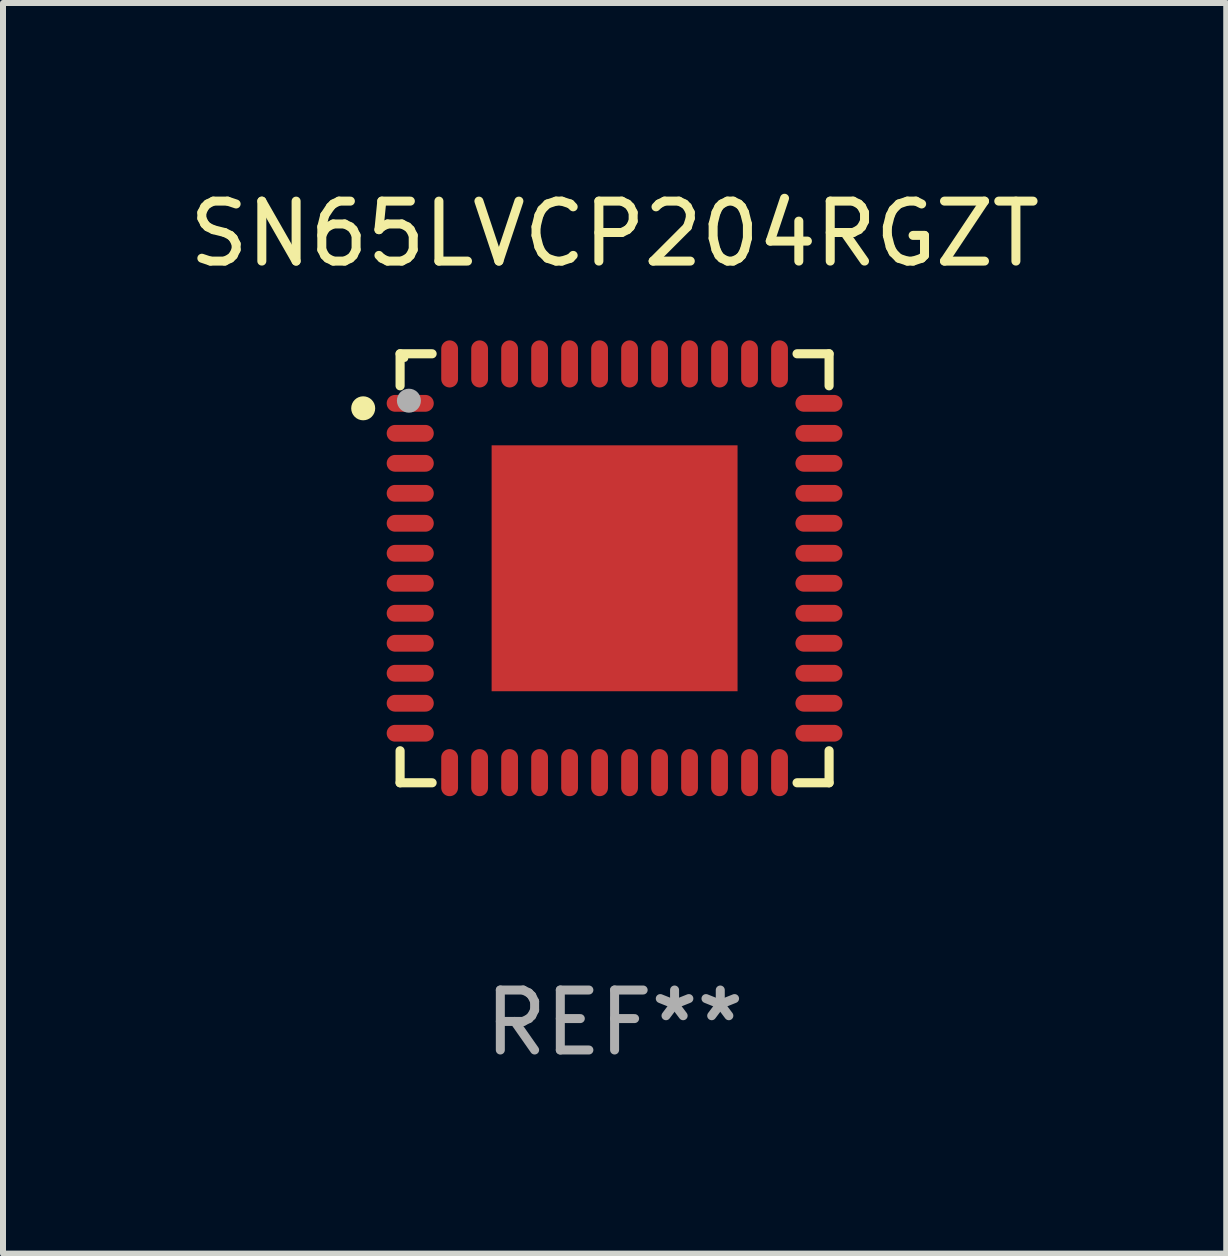
<source format=kicad_pcb>
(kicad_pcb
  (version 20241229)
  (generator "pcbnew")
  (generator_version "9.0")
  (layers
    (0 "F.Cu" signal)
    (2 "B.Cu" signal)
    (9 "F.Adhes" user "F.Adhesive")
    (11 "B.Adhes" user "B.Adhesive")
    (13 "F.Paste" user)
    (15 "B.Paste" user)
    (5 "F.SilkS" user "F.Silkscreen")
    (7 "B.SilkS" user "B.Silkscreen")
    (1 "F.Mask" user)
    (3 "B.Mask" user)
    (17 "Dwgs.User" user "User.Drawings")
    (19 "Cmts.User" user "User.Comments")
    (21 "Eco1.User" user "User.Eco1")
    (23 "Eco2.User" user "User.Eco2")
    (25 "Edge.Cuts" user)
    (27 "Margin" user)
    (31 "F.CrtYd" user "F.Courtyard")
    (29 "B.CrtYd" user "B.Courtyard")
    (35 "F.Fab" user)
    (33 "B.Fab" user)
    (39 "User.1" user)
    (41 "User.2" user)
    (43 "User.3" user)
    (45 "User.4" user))
  (footprint "SN65LVCP204RGZT"
    (layer "F.Cu")
    (at 7.196 6.424)
    (property "Reference" "SN65LVCP204RGZT" (at 0 -5.576 0) (layer "F.SilkS") (effects (font (size 1 1) (thickness 0.15))))
    (attr through_hole)
    (fp_line (start -3.576 -3.576) (end -3.042 -3.576) (stroke (width 0.152) (type solid)) (layer "F.SilkS"))
    (fp_line (start -3.576 -3.042) (end -3.576 -3.576) (stroke (width 0.152) (type solid)) (layer "F.SilkS"))
    (fp_line (start -3.576 3.042) (end -3.576 3.576) (stroke (width 0.152) (type solid)) (layer "F.SilkS"))
    (fp_line (start -3.576 3.576) (end -3.042 3.576) (stroke (width 0.152) (type solid)) (layer "F.SilkS"))
    (fp_line (start 3.576 -3.576) (end 3.042 -3.576) (stroke (width 0.152) (type solid)) (layer "F.SilkS"))
    (fp_line (start 3.576 -3.042) (end 3.576 -3.576) (stroke (width 0.152) (type solid)) (layer "F.SilkS"))
    (fp_line (start 3.576 3.042) (end 3.576 3.576) (stroke (width 0.152) (type solid)) (layer "F.SilkS"))
    (fp_line (start 3.576 3.576) (end 3.042 3.576) (stroke (width 0.152) (type solid)) (layer "F.SilkS"))
    (fp_circle (center -4.191 -2.667) (end -4.091 -2.667) (stroke (width 0.2) (type solid)) (fill no) (layer "F.SilkS"))
    (fp_circle (center -3.5 -3.5) (end -3.47 -3.5) (stroke (width 0.06) (type solid)) (fill no) (layer "F.SilkS"))
    (fp_circle (center -3.429 -2.794) (end -3.329 -2.794) (stroke (width 0.2) (type solid)) (fill no) (layer "F.Fab"))
    (fp_text user "REF**" (at 0 7.576 0) (layer "F.Fab") (effects (font (size 1 1) (thickness 0.15))))
    (pad "1" smd oval (at -3.407 -2.75) (size 0.785 0.28) (layers "F.Cu" "F.Mask" "F.Paste"))
    (pad "2" smd oval (at -3.407 -2.25) (size 0.785 0.28) (layers "F.Cu" "F.Mask" "F.Paste"))
    (pad "3" smd oval (at -3.407 -1.75) (size 0.785 0.28) (layers "F.Cu" "F.Mask" "F.Paste"))
    (pad "4" smd oval (at -3.407 -1.25) (size 0.785 0.28) (layers "F.Cu" "F.Mask" "F.Paste"))
    (pad "5" smd oval (at -3.407 -0.75) (size 0.785 0.28) (layers "F.Cu" "F.Mask" "F.Paste"))
    (pad "6" smd oval (at -3.407 -0.25) (size 0.785 0.28) (layers "F.Cu" "F.Mask" "F.Paste"))
    (pad "7" smd oval (at -3.407 0.25) (size 0.785 0.28) (layers "F.Cu" "F.Mask" "F.Paste"))
    (pad "8" smd oval (at -3.407 0.75) (size 0.785 0.28) (layers "F.Cu" "F.Mask" "F.Paste"))
    (pad "9" smd oval (at -3.407 1.25) (size 0.785 0.28) (layers "F.Cu" "F.Mask" "F.Paste"))
    (pad "10" smd oval (at -3.407 1.75) (size 0.785 0.28) (layers "F.Cu" "F.Mask" "F.Paste"))
    (pad "11" smd oval (at -3.407 2.25) (size 0.785 0.28) (layers "F.Cu" "F.Mask" "F.Paste"))
    (pad "12" smd oval (at -3.407 2.75) (size 0.785 0.28) (layers "F.Cu" "F.Mask" "F.Paste"))
    (pad "13" smd oval (at -2.75 3.407) (size 0.28 0.785) (layers "F.Cu" "F.Mask" "F.Paste"))
    (pad "14" smd oval (at -2.25 3.407) (size 0.28 0.785) (layers "F.Cu" "F.Mask" "F.Paste"))
    (pad "15" smd oval (at -1.75 3.407) (size 0.28 0.785) (layers "F.Cu" "F.Mask" "F.Paste"))
    (pad "16" smd oval (at -1.25 3.407) (size 0.28 0.785) (layers "F.Cu" "F.Mask" "F.Paste"))
    (pad "17" smd oval (at -0.75 3.407) (size 0.28 0.785) (layers "F.Cu" "F.Mask" "F.Paste"))
    (pad "18" smd oval (at -0.25 3.407) (size 0.28 0.785) (layers "F.Cu" "F.Mask" "F.Paste"))
    (pad "19" smd oval (at 0.25 3.407) (size 0.28 0.785) (layers "F.Cu" "F.Mask" "F.Paste"))
    (pad "20" smd oval (at 0.75 3.407) (size 0.28 0.785) (layers "F.Cu" "F.Mask" "F.Paste"))
    (pad "21" smd oval (at 1.25 3.407) (size 0.28 0.785) (layers "F.Cu" "F.Mask" "F.Paste"))
    (pad "22" smd oval (at 1.75 3.407) (size 0.28 0.785) (layers "F.Cu" "F.Mask" "F.Paste"))
    (pad "23" smd oval (at 2.25 3.407) (size 0.28 0.785) (layers "F.Cu" "F.Mask" "F.Paste"))
    (pad "24" smd oval (at 2.75 3.407) (size 0.28 0.785) (layers "F.Cu" "F.Mask" "F.Paste"))
    (pad "25" smd oval (at 3.407 2.75) (size 0.785 0.28) (layers "F.Cu" "F.Mask" "F.Paste"))
    (pad "26" smd oval (at 3.407 2.25) (size 0.785 0.28) (layers "F.Cu" "F.Mask" "F.Paste"))
    (pad "27" smd oval (at 3.407 1.75) (size 0.785 0.28) (layers "F.Cu" "F.Mask" "F.Paste"))
    (pad "28" smd oval (at 3.407 1.25) (size 0.785 0.28) (layers "F.Cu" "F.Mask" "F.Paste"))
    (pad "29" smd oval (at 3.407 0.75) (size 0.785 0.28) (layers "F.Cu" "F.Mask" "F.Paste"))
    (pad "30" smd oval (at 3.407 0.25) (size 0.785 0.28) (layers "F.Cu" "F.Mask" "F.Paste"))
    (pad "31" smd oval (at 3.407 -0.25) (size 0.785 0.28) (layers "F.Cu" "F.Mask" "F.Paste"))
    (pad "32" smd oval (at 3.407 -0.75) (size 0.785 0.28) (layers "F.Cu" "F.Mask" "F.Paste"))
    (pad "33" smd oval (at 3.407 -1.25) (size 0.785 0.28) (layers "F.Cu" "F.Mask" "F.Paste"))
    (pad "34" smd oval (at 3.407 -1.75) (size 0.785 0.28) (layers "F.Cu" "F.Mask" "F.Paste"))
    (pad "35" smd oval (at 3.407 -2.25) (size 0.785 0.28) (layers "F.Cu" "F.Mask" "F.Paste"))
    (pad "36" smd oval (at 3.407 -2.75) (size 0.785 0.28) (layers "F.Cu" "F.Mask" "F.Paste"))
    (pad "37" smd oval (at 2.75 -3.407) (size 0.28 0.785) (layers "F.Cu" "F.Mask" "F.Paste"))
    (pad "38" smd oval (at 2.25 -3.407) (size 0.28 0.785) (layers "F.Cu" "F.Mask" "F.Paste"))
    (pad "39" smd oval (at 1.75 -3.407) (size 0.28 0.785) (layers "F.Cu" "F.Mask" "F.Paste"))
    (pad "40" smd oval (at 1.25 -3.407) (size 0.28 0.785) (layers "F.Cu" "F.Mask" "F.Paste"))
    (pad "41" smd oval (at 0.75 -3.407) (size 0.28 0.785) (layers "F.Cu" "F.Mask" "F.Paste"))
    (pad "42" smd oval (at 0.25 -3.407) (size 0.28 0.785) (layers "F.Cu" "F.Mask" "F.Paste"))
    (pad "43" smd oval (at -0.25 -3.407) (size 0.28 0.785) (layers "F.Cu" "F.Mask" "F.Paste"))
    (pad "44" smd oval (at -0.75 -3.407) (size 0.28 0.785) (layers "F.Cu" "F.Mask" "F.Paste"))
    (pad "45" smd oval (at -1.25 -3.407) (size 0.28 0.785) (layers "F.Cu" "F.Mask" "F.Paste"))
    (pad "46" smd oval (at -1.75 -3.407) (size 0.28 0.785) (layers "F.Cu" "F.Mask" "F.Paste"))
    (pad "47" smd oval (at -2.25 -3.407) (size 0.28 0.785) (layers "F.Cu" "F.Mask" "F.Paste"))
    (pad "48" smd oval (at -2.75 -3.407) (size 0.28 0.785) (layers "F.Cu" "F.Mask" "F.Paste"))
    (pad "49" smd rect (at 0 0) (size 4.1 4.1) (layers "F.Cu" "F.Mask" "F.Paste")))
  (gr_rect
    (start -3 -3)
    (end 17.393 17.849)
    (stroke (width 0.1) (type default))
    (fill no)
    (layer "Edge.Cuts")))
</source>
